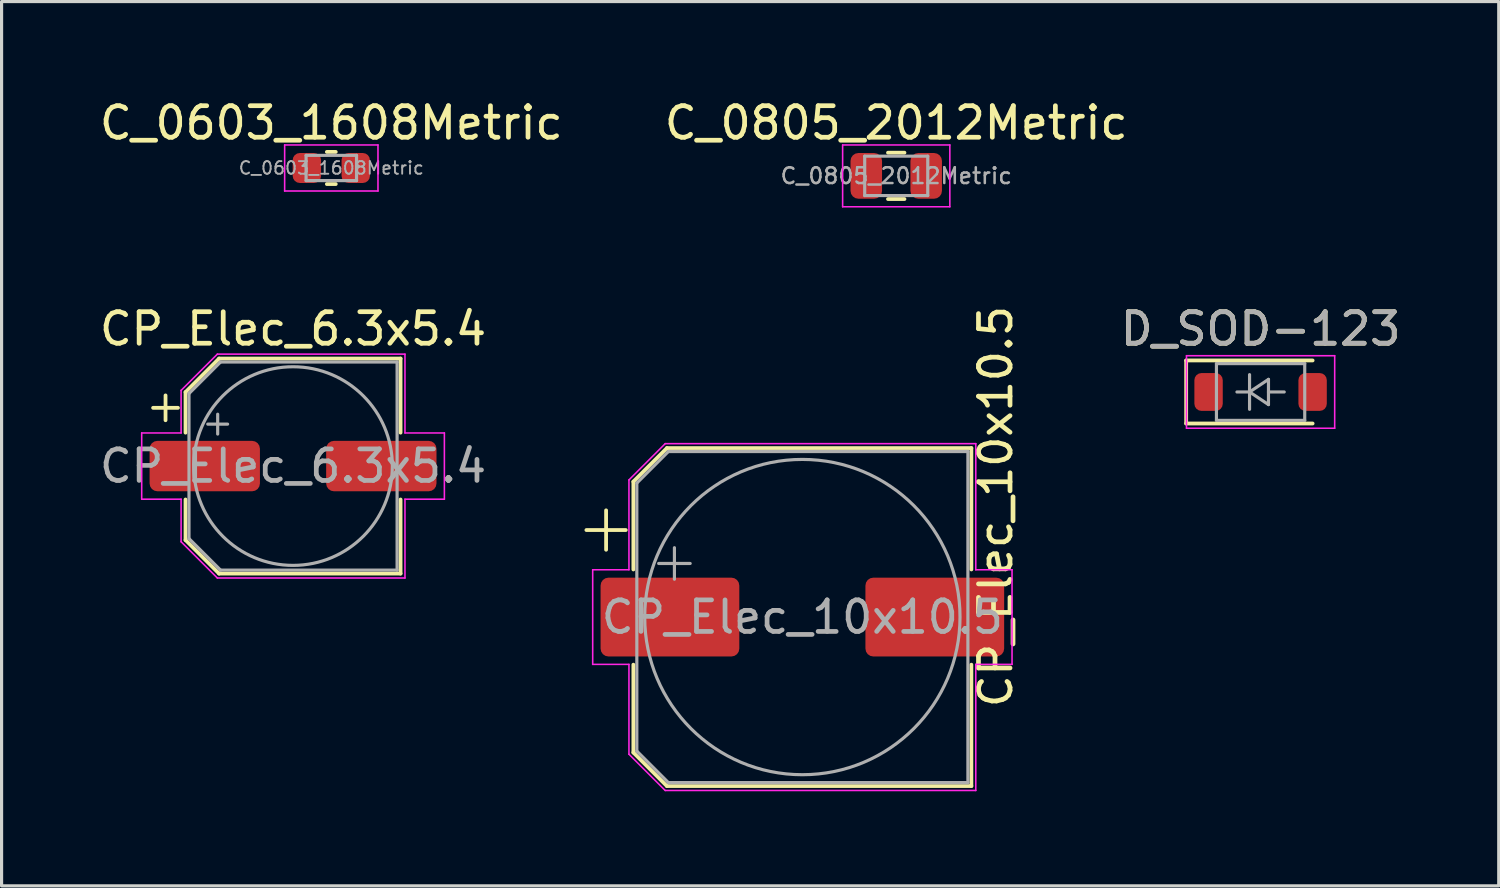
<source format=kicad_pcb>
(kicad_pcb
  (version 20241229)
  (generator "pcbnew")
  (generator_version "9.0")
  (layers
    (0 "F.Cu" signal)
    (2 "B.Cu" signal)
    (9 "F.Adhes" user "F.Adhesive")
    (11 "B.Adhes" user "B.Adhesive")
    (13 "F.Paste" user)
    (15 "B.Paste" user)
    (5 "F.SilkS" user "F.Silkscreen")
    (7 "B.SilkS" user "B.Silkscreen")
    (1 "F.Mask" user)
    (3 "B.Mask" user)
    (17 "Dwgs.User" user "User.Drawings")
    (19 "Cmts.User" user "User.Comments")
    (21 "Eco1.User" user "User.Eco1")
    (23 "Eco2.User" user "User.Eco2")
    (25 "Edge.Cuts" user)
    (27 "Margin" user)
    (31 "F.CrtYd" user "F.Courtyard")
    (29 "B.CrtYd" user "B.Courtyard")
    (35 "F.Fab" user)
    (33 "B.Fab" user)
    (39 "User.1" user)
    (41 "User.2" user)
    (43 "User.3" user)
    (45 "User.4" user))
  (footprint "CP_Elec_6.3x5.4"
    (layer "F.Cu")
    (at 6.244 11.732)
    (property "Reference" "CP_Elec_6.3x5.4" (at 0 -4.35 0) (layer "F.SilkS") (effects (font (size 1 1) (thickness 0.15))))
    (attr smd)
    (fp_line (start -4.438 -1.847) (end -3.65 -1.847) (stroke (width 0.12) (type solid)) (layer "F.SilkS"))
    (fp_line (start -4.044 -2.241) (end -4.044 -1.454) (stroke (width 0.12) (type solid)) (layer "F.SilkS"))
    (fp_line (start -3.41 -2.346) (end -3.41 -1.06) (stroke (width 0.12) (type solid)) (layer "F.SilkS"))
    (fp_line (start -3.41 -2.346) (end -2.346 -3.41) (stroke (width 0.12) (type solid)) (layer "F.SilkS"))
    (fp_line (start -3.41 2.346) (end -3.41 1.06) (stroke (width 0.12) (type solid)) (layer "F.SilkS"))
    (fp_line (start -3.41 2.346) (end -2.346 3.41) (stroke (width 0.12) (type solid)) (layer "F.SilkS"))
    (fp_line (start -2.346 -3.41) (end 3.41 -3.41) (stroke (width 0.12) (type solid)) (layer "F.SilkS"))
    (fp_line (start -2.346 3.41) (end 3.41 3.41) (stroke (width 0.12) (type solid)) (layer "F.SilkS"))
    (fp_line (start 3.41 -3.41) (end 3.41 -1.06) (stroke (width 0.12) (type solid)) (layer "F.SilkS"))
    (fp_line (start 3.41 3.41) (end 3.41 1.06) (stroke (width 0.12) (type solid)) (layer "F.SilkS"))
    (fp_line (start -4.8 -1.05) (end -4.8 1.05) (stroke (width 0.05) (type solid)) (layer "F.CrtYd"))
    (fp_line (start -4.8 1.05) (end -3.55 1.05) (stroke (width 0.05) (type solid)) (layer "F.CrtYd"))
    (fp_line (start -3.55 -2.4) (end -3.55 -1.05) (stroke (width 0.05) (type solid)) (layer "F.CrtYd"))
    (fp_line (start -3.55 -2.4) (end -2.4 -3.55) (stroke (width 0.05) (type solid)) (layer "F.CrtYd"))
    (fp_line (start -3.55 -1.05) (end -4.8 -1.05) (stroke (width 0.05) (type solid)) (layer "F.CrtYd"))
    (fp_line (start -3.55 1.05) (end -3.55 2.4) (stroke (width 0.05) (type solid)) (layer "F.CrtYd"))
    (fp_line (start -3.55 2.4) (end -2.4 3.55) (stroke (width 0.05) (type solid)) (layer "F.CrtYd"))
    (fp_line (start -2.4 -3.55) (end 3.55 -3.55) (stroke (width 0.05) (type solid)) (layer "F.CrtYd"))
    (fp_line (start -2.4 3.55) (end 3.55 3.55) (stroke (width 0.05) (type solid)) (layer "F.CrtYd"))
    (fp_line (start 3.55 -3.55) (end 3.55 -1.05) (stroke (width 0.05) (type solid)) (layer "F.CrtYd"))
    (fp_line (start 3.55 -1.05) (end 4.8 -1.05) (stroke (width 0.05) (type solid)) (layer "F.CrtYd"))
    (fp_line (start 3.55 1.05) (end 3.55 3.55) (stroke (width 0.05) (type solid)) (layer "F.CrtYd"))
    (fp_line (start 4.8 -1.05) (end 4.8 1.05) (stroke (width 0.05) (type solid)) (layer "F.CrtYd"))
    (fp_line (start 4.8 1.05) (end 3.55 1.05) (stroke (width 0.05) (type solid)) (layer "F.CrtYd"))
    (fp_line (start -3.3 -2.3) (end -3.3 2.3) (stroke (width 0.1) (type solid)) (layer "F.Fab"))
    (fp_line (start -3.3 -2.3) (end -2.3 -3.3) (stroke (width 0.1) (type solid)) (layer "F.Fab"))
    (fp_line (start -3.3 2.3) (end -2.3 3.3) (stroke (width 0.1) (type solid)) (layer "F.Fab"))
    (fp_line (start -2.705 -1.33) (end -2.075 -1.33) (stroke (width 0.1) (type solid)) (layer "F.Fab"))
    (fp_line (start -2.39 -1.645) (end -2.39 -1.015) (stroke (width 0.1) (type solid)) (layer "F.Fab"))
    (fp_line (start -2.3 -3.3) (end 3.3 -3.3) (stroke (width 0.1) (type solid)) (layer "F.Fab"))
    (fp_line (start -2.3 3.3) (end 3.3 3.3) (stroke (width 0.1) (type solid)) (layer "F.Fab"))
    (fp_line (start 3.3 -3.3) (end 3.3 3.3) (stroke (width 0.1) (type solid)) (layer "F.Fab"))
    (fp_circle (center 0 0) (end 3.15 0) (stroke (width 0.1) (type solid)) (fill no) (layer "F.Fab"))
    (fp_text user "${REFERENCE}" (at 0 0 0) (layer "F.Fab") (effects (font (size 1 1) (thickness 0.15))))
    (pad "1" smd roundrect (at -2.8 0) (size 3.5 1.6) (layers "F.Cu" "F.Mask" "F.Paste") (roundrect_rratio 0.156))
    (pad "2" smd roundrect (at 2.8 0) (size 3.5 1.6) (layers "F.Cu" "F.Mask" "F.Paste") (roundrect_rratio 0.156)))
  (footprint "D_SOD-123"
    (layer "F.Cu")
    (at 36.931 9.382)
    (property "Reference" "D_SOD-123" (at 0 -2 0) (layer "F.SilkS") (effects (font (size 1 1) (thickness 0.15))))
    (attr smd)
    (fp_line (start -2.36 -1) (end -2.36 1) (stroke (width 0.12) (type solid)) (layer "F.SilkS"))
    (fp_line (start -2.36 -1) (end 1.65 -1) (stroke (width 0.12) (type solid)) (layer "F.SilkS"))
    (fp_line (start -2.36 1) (end 1.65 1) (stroke (width 0.12) (type solid)) (layer "F.SilkS"))
    (fp_line (start -2.35 -1.15) (end -2.35 1.15) (stroke (width 0.05) (type solid)) (layer "F.CrtYd"))
    (fp_line (start -2.35 -1.15) (end 2.35 -1.15) (stroke (width 0.05) (type solid)) (layer "F.CrtYd"))
    (fp_line (start 2.35 -1.15) (end 2.35 1.15) (stroke (width 0.05) (type solid)) (layer "F.CrtYd"))
    (fp_line (start 2.35 1.15) (end -2.35 1.15) (stroke (width 0.05) (type solid)) (layer "F.CrtYd"))
    (fp_line (start -1.4 -0.9) (end 1.4 -0.9) (stroke (width 0.1) (type solid)) (layer "F.Fab"))
    (fp_line (start -1.4 0.9) (end -1.4 -0.9) (stroke (width 0.1) (type solid)) (layer "F.Fab"))
    (fp_line (start -0.75 0) (end -0.35 0) (stroke (width 0.1) (type solid)) (layer "F.Fab"))
    (fp_line (start -0.35 0) (end -0.35 -0.55) (stroke (width 0.1) (type solid)) (layer "F.Fab"))
    (fp_line (start -0.35 0) (end -0.35 0.55) (stroke (width 0.1) (type solid)) (layer "F.Fab"))
    (fp_line (start -0.35 0) (end 0.25 -0.4) (stroke (width 0.1) (type solid)) (layer "F.Fab"))
    (fp_line (start 0.25 -0.4) (end 0.25 0.4) (stroke (width 0.1) (type solid)) (layer "F.Fab"))
    (fp_line (start 0.25 0) (end 0.75 0) (stroke (width 0.1) (type solid)) (layer "F.Fab"))
    (fp_line (start 0.25 0.4) (end -0.35 0) (stroke (width 0.1) (type solid)) (layer "F.Fab"))
    (fp_line (start 1.4 -0.9) (end 1.4 0.9) (stroke (width 0.1) (type solid)) (layer "F.Fab"))
    (fp_line (start 1.4 0.9) (end -1.4 0.9) (stroke (width 0.1) (type solid)) (layer "F.Fab"))
    (fp_text user "${REFERENCE}" (at 0 -2 0) (layer "F.Fab") (effects (font (size 1 1) (thickness 0.15))))
    (pad "1" smd roundrect (at -1.65 0) (size 0.9 1.2) (layers "F.Cu" "F.Mask" "F.Paste") (roundrect_rratio 0.25))
    (pad "2" smd roundrect (at 1.65 0) (size 0.9 1.2) (layers "F.Cu" "F.Mask" "F.Paste") (roundrect_rratio 0.25)))
  (footprint "C_0603_1608Metric"
    (layer "F.Cu")
    (at 7.458 2.278)
    (property "Reference" "C_0603_1608Metric" (at 0 -1.43 0) (layer "F.SilkS") (effects (font (size 1 1) (thickness 0.15))))
    (attr smd)
    (fp_line (start -0.141 -0.51) (end 0.141 -0.51) (stroke (width 0.12) (type solid)) (layer "F.SilkS"))
    (fp_line (start -0.141 0.51) (end 0.141 0.51) (stroke (width 0.12) (type solid)) (layer "F.SilkS"))
    (fp_line (start -1.48 -0.73) (end 1.48 -0.73) (stroke (width 0.05) (type solid)) (layer "F.CrtYd"))
    (fp_line (start -1.48 0.73) (end -1.48 -0.73) (stroke (width 0.05) (type solid)) (layer "F.CrtYd"))
    (fp_line (start 1.48 -0.73) (end 1.48 0.73) (stroke (width 0.05) (type solid)) (layer "F.CrtYd"))
    (fp_line (start 1.48 0.73) (end -1.48 0.73) (stroke (width 0.05) (type solid)) (layer "F.CrtYd"))
    (fp_line (start -0.8 -0.4) (end 0.8 -0.4) (stroke (width 0.1) (type solid)) (layer "F.Fab"))
    (fp_line (start -0.8 0.4) (end -0.8 -0.4) (stroke (width 0.1) (type solid)) (layer "F.Fab"))
    (fp_line (start 0.8 -0.4) (end 0.8 0.4) (stroke (width 0.1) (type solid)) (layer "F.Fab"))
    (fp_line (start 0.8 0.4) (end -0.8 0.4) (stroke (width 0.1) (type solid)) (layer "F.Fab"))
    (fp_text user "${REFERENCE}" (at 0 0 0) (layer "F.Fab") (effects (font (size 0.4 0.4) (thickness 0.06))))
    (pad "1" smd roundrect (at -0.775 0) (size 0.9 0.95) (layers "F.Cu" "F.Mask" "F.Paste") (roundrect_rratio 0.25))
    (pad "2" smd roundrect (at 0.775 0) (size 0.9 0.95) (layers "F.Cu" "F.Mask" "F.Paste") (roundrect_rratio 0.25)))
  (footprint "C_0805_2012Metric"
    (layer "F.Cu")
    (at 25.375 2.528)
    (property "Reference" "C_0805_2012Metric" (at 0 -1.68 0) (layer "F.SilkS") (effects (font (size 1 1) (thickness 0.15))))
    (attr smd)
    (fp_line (start -0.261 -0.735) (end 0.261 -0.735) (stroke (width 0.12) (type solid)) (layer "F.SilkS"))
    (fp_line (start -0.261 0.735) (end 0.261 0.735) (stroke (width 0.12) (type solid)) (layer "F.SilkS"))
    (fp_line (start -1.7 -0.98) (end 1.7 -0.98) (stroke (width 0.05) (type solid)) (layer "F.CrtYd"))
    (fp_line (start -1.7 0.98) (end -1.7 -0.98) (stroke (width 0.05) (type solid)) (layer "F.CrtYd"))
    (fp_line (start 1.7 -0.98) (end 1.7 0.98) (stroke (width 0.05) (type solid)) (layer "F.CrtYd"))
    (fp_line (start 1.7 0.98) (end -1.7 0.98) (stroke (width 0.05) (type solid)) (layer "F.CrtYd"))
    (fp_line (start -1 -0.625) (end 1 -0.625) (stroke (width 0.1) (type solid)) (layer "F.Fab"))
    (fp_line (start -1 0.625) (end -1 -0.625) (stroke (width 0.1) (type solid)) (layer "F.Fab"))
    (fp_line (start 1 -0.625) (end 1 0.625) (stroke (width 0.1) (type solid)) (layer "F.Fab"))
    (fp_line (start 1 0.625) (end -1 0.625) (stroke (width 0.1) (type solid)) (layer "F.Fab"))
    (fp_text user "${REFERENCE}" (at 0 0 0) (layer "F.Fab") (effects (font (size 0.5 0.5) (thickness 0.08))))
    (pad "1" smd roundrect (at -0.95 0) (size 1 1.45) (layers "F.Cu" "F.Mask" "F.Paste") (roundrect_rratio 0.25))
    (pad "2" smd roundrect (at 0.95 0) (size 1 1.45) (layers "F.Cu" "F.Mask" "F.Paste") (roundrect_rratio 0.25)))
  (footprint "CP_Elec_10x10.5"
    (layer "F.Cu")
    (at 22.398 16.521)
    (property "Reference" "CP_Elec_10x10.5" (at 6.131 -3.505 90) (layer "F.SilkS") (effects (font (size 1 1) (thickness 0.15))))
    (attr smd)
    (fp_line (start -6.85 -2.76) (end -5.6 -2.76) (stroke (width 0.12) (type solid)) (layer "F.SilkS"))
    (fp_line (start -6.225 -3.385) (end -6.225 -2.135) (stroke (width 0.12) (type solid)) (layer "F.SilkS"))
    (fp_line (start -5.36 -4.296) (end -5.36 -1.51) (stroke (width 0.12) (type solid)) (layer "F.SilkS"))
    (fp_line (start -5.36 -4.296) (end -4.296 -5.36) (stroke (width 0.12) (type solid)) (layer "F.SilkS"))
    (fp_line (start -5.36 4.296) (end -5.36 1.51) (stroke (width 0.12) (type solid)) (layer "F.SilkS"))
    (fp_line (start -5.36 4.296) (end -4.296 5.36) (stroke (width 0.12) (type solid)) (layer "F.SilkS"))
    (fp_line (start -4.296 -5.36) (end 5.36 -5.36) (stroke (width 0.12) (type solid)) (layer "F.SilkS"))
    (fp_line (start -4.296 5.36) (end 5.36 5.36) (stroke (width 0.12) (type solid)) (layer "F.SilkS"))
    (fp_line (start 5.36 -5.36) (end 5.36 -1.51) (stroke (width 0.12) (type solid)) (layer "F.SilkS"))
    (fp_line (start 5.36 5.36) (end 5.36 1.51) (stroke (width 0.12) (type solid)) (layer "F.SilkS"))
    (fp_line (start -6.65 -1.5) (end -6.65 1.5) (stroke (width 0.05) (type solid)) (layer "F.CrtYd"))
    (fp_line (start -6.65 1.5) (end -5.5 1.5) (stroke (width 0.05) (type solid)) (layer "F.CrtYd"))
    (fp_line (start -5.5 -4.35) (end -5.5 -1.5) (stroke (width 0.05) (type solid)) (layer "F.CrtYd"))
    (fp_line (start -5.5 -4.35) (end -4.35 -5.5) (stroke (width 0.05) (type solid)) (layer "F.CrtYd"))
    (fp_line (start -5.5 -1.5) (end -6.65 -1.5) (stroke (width 0.05) (type solid)) (layer "F.CrtYd"))
    (fp_line (start -5.5 1.5) (end -5.5 4.35) (stroke (width 0.05) (type solid)) (layer "F.CrtYd"))
    (fp_line (start -5.5 4.35) (end -4.35 5.5) (stroke (width 0.05) (type solid)) (layer "F.CrtYd"))
    (fp_line (start -4.35 -5.5) (end 5.5 -5.5) (stroke (width 0.05) (type solid)) (layer "F.CrtYd"))
    (fp_line (start -4.35 5.5) (end 5.5 5.5) (stroke (width 0.05) (type solid)) (layer "F.CrtYd"))
    (fp_line (start 5.5 -5.5) (end 5.5 -1.5) (stroke (width 0.05) (type solid)) (layer "F.CrtYd"))
    (fp_line (start 5.5 -1.5) (end 6.65 -1.5) (stroke (width 0.05) (type solid)) (layer "F.CrtYd"))
    (fp_line (start 5.5 1.5) (end 5.5 5.5) (stroke (width 0.05) (type solid)) (layer "F.CrtYd"))
    (fp_line (start 6.65 -1.5) (end 6.65 1.5) (stroke (width 0.05) (type solid)) (layer "F.CrtYd"))
    (fp_line (start 6.65 1.5) (end 5.5 1.5) (stroke (width 0.05) (type solid)) (layer "F.CrtYd"))
    (fp_line (start -5.25 -4.25) (end -5.25 4.25) (stroke (width 0.1) (type solid)) (layer "F.Fab"))
    (fp_line (start -5.25 -4.25) (end -4.25 -5.25) (stroke (width 0.1) (type solid)) (layer "F.Fab"))
    (fp_line (start -5.25 4.25) (end -4.25 5.25) (stroke (width 0.1) (type solid)) (layer "F.Fab"))
    (fp_line (start -4.558 -1.7) (end -3.558 -1.7) (stroke (width 0.1) (type solid)) (layer "F.Fab"))
    (fp_line (start -4.25 -5.25) (end 5.25 -5.25) (stroke (width 0.1) (type solid)) (layer "F.Fab"))
    (fp_line (start -4.25 5.25) (end 5.25 5.25) (stroke (width 0.1) (type solid)) (layer "F.Fab"))
    (fp_line (start -4.058 -2.2) (end -4.058 -1.2) (stroke (width 0.1) (type solid)) (layer "F.Fab"))
    (fp_line (start 5.25 -5.25) (end 5.25 5.25) (stroke (width 0.1) (type solid)) (layer "F.Fab"))
    (fp_circle (center 0 0) (end 5 0) (stroke (width 0.1) (type solid)) (fill no) (layer "F.Fab"))
    (fp_text user "${REFERENCE}" (at 0 0 0) (layer "F.Fab") (effects (font (size 1 1) (thickness 0.15))))
    (pad "1" smd roundrect (at -4.2 0) (size 4.4 2.5) (layers "F.Cu" "F.Mask" "F.Paste") (roundrect_rratio 0.1))
    (pad "2" smd roundrect (at 4.2 0) (size 4.4 2.5) (layers "F.Cu" "F.Mask" "F.Paste") (roundrect_rratio 0.1)))
  (gr_rect
    (start -3 -3)
    (end 44.484 25.046)
    (stroke (width 0.1) (type default))
    (fill no)
    (layer "Edge.Cuts")))
</source>
